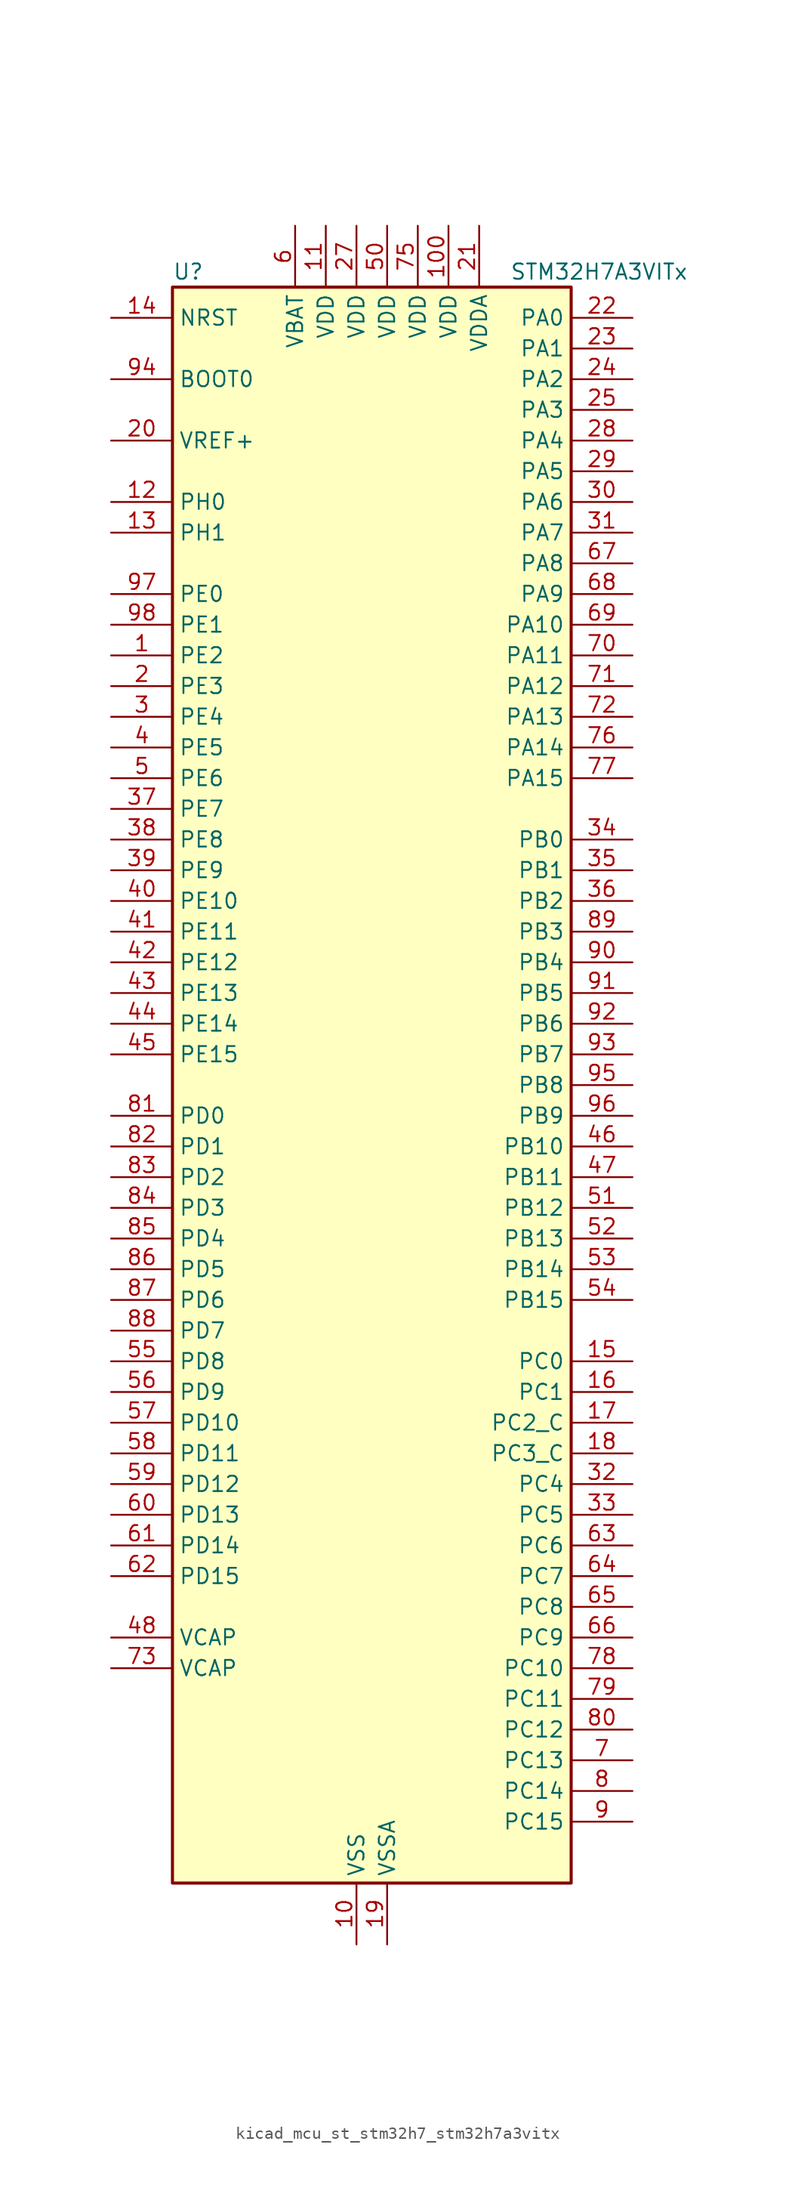
<source format=kicad_sym>
(kicad_symbol_lib
  (version 20220914)
  (generator kicad_symbol_editor)
  (symbol "kicad_mcu_st_stm32h7_stm32h7a3vitx"
    (property "Reference" "U"
      (at -15.24 67.31 0)
      (effects (font (size 1.27 1.27)) (justify left)))
    (property "Value" "STM32H7A3VITx"
      (at 12.7 67.31 0)
      (effects (font (size 1.27 1.27)) (justify left)))
    (property "ki_locked" ""
      (at 0 0 0)
      (effects (font (size 1.27 1.27))))
    (symbol "kicad_mcu_st_stm32h7_stm32h7a3vitx_0_1"
      (rectangle (start -15.24 -66.04) (end 17.78 66.04) (stroke (width 0.254) (type default)) (fill (type background))))
    (symbol "kicad_mcu_st_stm32h7_stm32h7a3vitx_1_1"
      (pin bidirectional line (at -20.32 35.56 0) (length 5.08) (name "PE2" (effects (font (size 1.27 1.27)))) (number "1" (effects (font (size 1.27 1.27)))) (alternate "DEBUG_TRACECLK" bidirectional line) (alternate "FMC_A23" bidirectional line) (alternate "OCTOSPIM_P1_IO2" bidirectional line) (alternate "SAI1_CK1" bidirectional line) (alternate "SAI1_MCLK_A" bidirectional line) (alternate "SPI4_SCK" bidirectional line) (alternate "USART10_RX" bidirectional line))
      (pin power_in line (at 0 -71.12 90) (length 5.08) (name "VSS" (effects (font (size 1.27 1.27)))) (number "10" (effects (font (size 1.27 1.27)))))
      (pin power_in line (at 7.62 71.12 270) (length 5.08) (name "VDD" (effects (font (size 1.27 1.27)))) (number "100" (effects (font (size 1.27 1.27)))))
      (pin power_in line (at -2.54 71.12 270) (length 5.08) (name "VDD" (effects (font (size 1.27 1.27)))) (number "11" (effects (font (size 1.27 1.27)))))
      (pin bidirectional line (at -20.32 48.26 0) (length 5.08) (name "PH0" (effects (font (size 1.27 1.27)))) (number "12" (effects (font (size 1.27 1.27)))) (alternate "RCC_OSC_IN" bidirectional line))
      (pin bidirectional line (at -20.32 45.72 0) (length 5.08) (name "PH1" (effects (font (size 1.27 1.27)))) (number "13" (effects (font (size 1.27 1.27)))) (alternate "RCC_OSC_OUT" bidirectional line))
      (pin input line (at -20.32 63.5 0) (length 5.08) (name "NRST" (effects (font (size 1.27 1.27)))) (number "14" (effects (font (size 1.27 1.27)))))
      (pin bidirectional line (at 22.86 -22.86 180) (length 5.08) (name "PC0" (effects (font (size 1.27 1.27)))) (number "15" (effects (font (size 1.27 1.27)))) (alternate "ADC1_INP10" bidirectional line) (alternate "ADC2_INP10" bidirectional line) (alternate "DFSDM1_CKIN0" bidirectional line) (alternate "DFSDM1_DATIN4" bidirectional line) (alternate "FMC_A25" bidirectional line) (alternate "FMC_SDNWE" bidirectional line) (alternate "LTDC_G2" bidirectional line) (alternate "LTDC_R5" bidirectional line) (alternate "SAI2_FS_B" bidirectional line) (alternate "USB_OTG_HS_ULPI_STP" bidirectional line))
      (pin bidirectional line (at 22.86 -25.4 180) (length 5.08) (name "PC1" (effects (font (size 1.27 1.27)))) (number "16" (effects (font (size 1.27 1.27)))) (alternate "ADC1_INN10" bidirectional line) (alternate "ADC1_INP11" bidirectional line) (alternate "ADC2_INN10" bidirectional line) (alternate "ADC2_INP11" bidirectional line) (alternate "DEBUG_TRACED0" bidirectional line) (alternate "DFSDM1_CKIN4" bidirectional line) (alternate "DFSDM1_DATIN0" bidirectional line) (alternate "I2S2_SDO" bidirectional line) (alternate "LTDC_G5" bidirectional line) (alternate "MDIOS_MDC" bidirectional line) (alternate "OCTOSPIM_P1_IO4" bidirectional line) (alternate "PWR_WKUP6" bidirectional line) (alternate "RTC_TAMP3" bidirectional line) (alternate "SAI1_D1" bidirectional line) (alternate "SAI1_SD_A" bidirectional line) (alternate "SDMMC2_CK" bidirectional line) (alternate "SPI2_MOSI" bidirectional line))
      (pin bidirectional line (at 22.86 -27.94 180) (length 5.08) (name "PC2_C" (effects (font (size 1.27 1.27)))) (number "17" (effects (font (size 1.27 1.27)))) (alternate "ADC2_INN1" bidirectional line) (alternate "ADC2_INP0" bidirectional line) (alternate "DFSDM1_CKIN1" bidirectional line) (alternate "DFSDM1_CKOUT" bidirectional line) (alternate "FMC_SDNE0" bidirectional line) (alternate "I2S2_SDI" bidirectional line) (alternate "OCTOSPIM_P1_IO2" bidirectional line) (alternate "OCTOSPIM_P1_IO5" bidirectional line) (alternate "PWR_CSTOP" bidirectional line) (alternate "SPI2_MISO" bidirectional line) (alternate "USB_OTG_HS_ULPI_DIR" bidirectional line))
      (pin bidirectional line (at 22.86 -30.48 180) (length 5.08) (name "PC3_C" (effects (font (size 1.27 1.27)))) (number "18" (effects (font (size 1.27 1.27)))) (alternate "ADC2_INP1" bidirectional line) (alternate "DFSDM1_DATIN1" bidirectional line) (alternate "FMC_SDCKE0" bidirectional line) (alternate "I2S2_SDO" bidirectional line) (alternate "OCTOSPIM_P1_IO0" bidirectional line) (alternate "OCTOSPIM_P1_IO6" bidirectional line) (alternate "PWR_CSLEEP" bidirectional line) (alternate "SPI2_MOSI" bidirectional line) (alternate "USB_OTG_HS_ULPI_NXT" bidirectional line))
      (pin power_in line (at 2.54 -71.12 90) (length 5.08) (name "VSSA" (effects (font (size 1.27 1.27)))) (number "19" (effects (font (size 1.27 1.27)))))
      (pin bidirectional line (at -20.32 33.02 0) (length 5.08) (name "PE3" (effects (font (size 1.27 1.27)))) (number "2" (effects (font (size 1.27 1.27)))) (alternate "DEBUG_TRACED0" bidirectional line) (alternate "FMC_A19" bidirectional line) (alternate "SAI1_SD_B" bidirectional line) (alternate "TIM15_BKIN" bidirectional line) (alternate "USART10_TX" bidirectional line))
      (pin input line (at -20.32 53.34 0) (length 5.08) (name "VREF+" (effects (font (size 1.27 1.27)))) (number "20" (effects (font (size 1.27 1.27)))) (alternate "VREFBUF_OUT" bidirectional line))
      (pin power_in line (at 10.16 71.12 270) (length 5.08) (name "VDDA" (effects (font (size 1.27 1.27)))) (number "21" (effects (font (size 1.27 1.27)))))
      (pin bidirectional line (at 22.86 63.5 180) (length 5.08) (name "PA0" (effects (font (size 1.27 1.27)))) (number "22" (effects (font (size 1.27 1.27)))) (alternate "ADC1_INP16" bidirectional line) (alternate "I2S6_WS" bidirectional line) (alternate "PWR_WKUP1" bidirectional line) (alternate "SAI2_SD_B" bidirectional line) (alternate "SDMMC2_CMD" bidirectional line) (alternate "SPI6_NSS" bidirectional line) (alternate "TIM15_BKIN" bidirectional line) (alternate "TIM2_CH1" bidirectional line) (alternate "TIM2_ETR" bidirectional line) (alternate "TIM5_CH1" bidirectional line) (alternate "TIM8_ETR" bidirectional line) (alternate "UART4_TX" bidirectional line) (alternate "USART2_CTS" bidirectional line) (alternate "USART2_NSS" bidirectional line))
      (pin bidirectional line (at 22.86 60.96 180) (length 5.08) (name "PA1" (effects (font (size 1.27 1.27)))) (number "23" (effects (font (size 1.27 1.27)))) (alternate "ADC1_INN16" bidirectional line) (alternate "ADC1_INP17" bidirectional line) (alternate "LPTIM3_OUT" bidirectional line) (alternate "LTDC_R2" bidirectional line) (alternate "OCTOSPIM_P1_DQS" bidirectional line) (alternate "OCTOSPIM_P1_IO3" bidirectional line) (alternate "SAI2_MCLK_B" bidirectional line) (alternate "TIM15_CH1N" bidirectional line) (alternate "TIM2_CH2" bidirectional line) (alternate "TIM5_CH2" bidirectional line) (alternate "UART4_RX" bidirectional line) (alternate "USART2_DE" bidirectional line) (alternate "USART2_RTS" bidirectional line))
      (pin bidirectional line (at 22.86 58.42 180) (length 5.08) (name "PA2" (effects (font (size 1.27 1.27)))) (number "24" (effects (font (size 1.27 1.27)))) (alternate "ADC1_INP14" bidirectional line) (alternate "DFSDM2_CKIN1" bidirectional line) (alternate "LTDC_R1" bidirectional line) (alternate "MDIOS_MDIO" bidirectional line) (alternate "PWR_WKUP2" bidirectional line) (alternate "SAI2_SCK_B" bidirectional line) (alternate "TIM15_CH1" bidirectional line) (alternate "TIM2_CH3" bidirectional line) (alternate "TIM5_CH3" bidirectional line) (alternate "USART2_TX" bidirectional line))
      (pin bidirectional line (at 22.86 55.88 180) (length 5.08) (name "PA3" (effects (font (size 1.27 1.27)))) (number "25" (effects (font (size 1.27 1.27)))) (alternate "ADC1_INP15" bidirectional line) (alternate "I2S6_MCK" bidirectional line) (alternate "LTDC_B2" bidirectional line) (alternate "LTDC_B5" bidirectional line) (alternate "OCTOSPIM_P1_CLK" bidirectional line) (alternate "TIM15_CH2" bidirectional line) (alternate "TIM2_CH4" bidirectional line) (alternate "TIM5_CH4" bidirectional line) (alternate "USART2_RX" bidirectional line) (alternate "USB_OTG_HS_ULPI_D0" bidirectional line))
      (pin passive line (at 0 -71.12 90) (length 5.08) hide (name "VSS" (effects (font (size 1.27 1.27)))) (number "26" (effects (font (size 1.27 1.27)))))
      (pin power_in line (at 0 71.12 270) (length 5.08) (name "VDD" (effects (font (size 1.27 1.27)))) (number "27" (effects (font (size 1.27 1.27)))))
      (pin bidirectional line (at 22.86 53.34 180) (length 5.08) (name "PA4" (effects (font (size 1.27 1.27)))) (number "28" (effects (font (size 1.27 1.27)))) (alternate "ADC1_INP18" bidirectional line) (alternate "DAC1_OUT1" bidirectional line) (alternate "DCMI_HSYNC" bidirectional line) (alternate "I2S1_WS" bidirectional line) (alternate "I2S3_WS" bidirectional line) (alternate "I2S6_WS" bidirectional line) (alternate "LTDC_VSYNC" bidirectional line) (alternate "PSSI_DE" bidirectional line) (alternate "SPI1_NSS" bidirectional line) (alternate "SPI3_NSS" bidirectional line) (alternate "SPI6_NSS" bidirectional line) (alternate "TIM5_ETR" bidirectional line) (alternate "USART2_CK" bidirectional line))
      (pin bidirectional line (at 22.86 50.8 180) (length 5.08) (name "PA5" (effects (font (size 1.27 1.27)))) (number "29" (effects (font (size 1.27 1.27)))) (alternate "ADC1_INN18" bidirectional line) (alternate "ADC1_INP19" bidirectional line) (alternate "DAC1_OUT2" bidirectional line) (alternate "I2S1_CK" bidirectional line) (alternate "I2S6_CK" bidirectional line) (alternate "LTDC_R4" bidirectional line) (alternate "PSSI_D14" bidirectional line) (alternate "PWR_NDSTOP2" bidirectional line) (alternate "SPI1_SCK" bidirectional line) (alternate "SPI6_SCK" bidirectional line) (alternate "TIM2_CH1" bidirectional line) (alternate "TIM2_ETR" bidirectional line) (alternate "TIM8_CH1N" bidirectional line) (alternate "USB_OTG_HS_ULPI_CK" bidirectional line))
      (pin bidirectional line (at -20.32 30.48 0) (length 5.08) (name "PE4" (effects (font (size 1.27 1.27)))) (number "3" (effects (font (size 1.27 1.27)))) (alternate "DCMI_D4" bidirectional line) (alternate "DEBUG_TRACED1" bidirectional line) (alternate "DFSDM1_DATIN3" bidirectional line) (alternate "FMC_A20" bidirectional line) (alternate "LTDC_B0" bidirectional line) (alternate "PSSI_D4" bidirectional line) (alternate "SAI1_D2" bidirectional line) (alternate "SAI1_FS_A" bidirectional line) (alternate "SPI4_NSS" bidirectional line) (alternate "TIM15_CH1N" bidirectional line))
      (pin bidirectional line (at 22.86 48.26 180) (length 5.08) (name "PA6" (effects (font (size 1.27 1.27)))) (number "30" (effects (font (size 1.27 1.27)))) (alternate "ADC1_INP3" bidirectional line) (alternate "ADC2_INP3" bidirectional line) (alternate "DAC2_OUT1" bidirectional line) (alternate "DCMI_PIXCLK" bidirectional line) (alternate "I2S1_SDI" bidirectional line) (alternate "I2S6_SDI" bidirectional line) (alternate "LTDC_G2" bidirectional line) (alternate "MDIOS_MDC" bidirectional line) (alternate "OCTOSPIM_P1_IO3" bidirectional line) (alternate "PSSI_PDCK" bidirectional line) (alternate "SPI1_MISO" bidirectional line) (alternate "SPI6_MISO" bidirectional line) (alternate "TIM13_CH1" bidirectional line) (alternate "TIM1_BKIN" bidirectional line) (alternate "TIM1_BKIN_COMP1" bidirectional line) (alternate "TIM1_BKIN_COMP2" bidirectional line) (alternate "TIM3_CH1" bidirectional line) (alternate "TIM8_BKIN" bidirectional line) (alternate "TIM8_BKIN_COMP1" bidirectional line) (alternate "TIM8_BKIN_COMP2" bidirectional line))
      (pin bidirectional line (at 22.86 45.72 180) (length 5.08) (name "PA7" (effects (font (size 1.27 1.27)))) (number "31" (effects (font (size 1.27 1.27)))) (alternate "ADC1_INN3" bidirectional line) (alternate "ADC1_INP7" bidirectional line) (alternate "ADC2_INN3" bidirectional line) (alternate "ADC2_INP7" bidirectional line) (alternate "DFSDM2_DATIN1" bidirectional line) (alternate "FMC_SDNWE" bidirectional line) (alternate "I2S1_SDO" bidirectional line) (alternate "I2S6_SDO" bidirectional line) (alternate "LTDC_VSYNC" bidirectional line) (alternate "OCTOSPIM_P1_IO2" bidirectional line) (alternate "OPAMP1_VINM" bidirectional line) (alternate "SPI1_MOSI" bidirectional line) (alternate "SPI6_MOSI" bidirectional line) (alternate "TIM14_CH1" bidirectional line) (alternate "TIM1_CH1N" bidirectional line) (alternate "TIM3_CH2" bidirectional line) (alternate "TIM8_CH1N" bidirectional line))
      (pin bidirectional line (at 22.86 -33.02 180) (length 5.08) (name "PC4" (effects (font (size 1.27 1.27)))) (number "32" (effects (font (size 1.27 1.27)))) (alternate "ADC1_INP4" bidirectional line) (alternate "ADC2_INP4" bidirectional line) (alternate "COMP1_INM" bidirectional line) (alternate "DFSDM1_CKIN2" bidirectional line) (alternate "FMC_SDNE0" bidirectional line) (alternate "I2S1_MCK" bidirectional line) (alternate "LTDC_R7" bidirectional line) (alternate "OPAMP1_VOUT" bidirectional line) (alternate "SPDIFRX_IN2" bidirectional line))
      (pin bidirectional line (at 22.86 -35.56 180) (length 5.08) (name "PC5" (effects (font (size 1.27 1.27)))) (number "33" (effects (font (size 1.27 1.27)))) (alternate "ADC1_INN4" bidirectional line) (alternate "ADC1_INP8" bidirectional line) (alternate "ADC2_INN4" bidirectional line) (alternate "ADC2_INP8" bidirectional line) (alternate "COMP1_OUT" bidirectional line) (alternate "DFSDM1_DATIN2" bidirectional line) (alternate "FMC_SDCKE0" bidirectional line) (alternate "LTDC_DE" bidirectional line) (alternate "OCTOSPIM_P1_DQS" bidirectional line) (alternate "OPAMP1_VINM" bidirectional line) (alternate "PSSI_D15" bidirectional line) (alternate "SAI1_D3" bidirectional line) (alternate "SPDIFRX_IN3" bidirectional line))
      (pin bidirectional line (at 22.86 20.32 180) (length 5.08) (name "PB0" (effects (font (size 1.27 1.27)))) (number "34" (effects (font (size 1.27 1.27)))) (alternate "ADC1_INN5" bidirectional line) (alternate "ADC1_INP9" bidirectional line) (alternate "ADC2_INN5" bidirectional line) (alternate "ADC2_INP9" bidirectional line) (alternate "COMP1_INP" bidirectional line) (alternate "DFSDM1_CKOUT" bidirectional line) (alternate "DFSDM2_CKOUT" bidirectional line) (alternate "LTDC_G1" bidirectional line) (alternate "LTDC_R3" bidirectional line) (alternate "OCTOSPIM_P1_IO1" bidirectional line) (alternate "OPAMP1_VINP" bidirectional line) (alternate "TIM1_CH2N" bidirectional line) (alternate "TIM3_CH3" bidirectional line) (alternate "TIM8_CH2N" bidirectional line) (alternate "UART4_CTS" bidirectional line) (alternate "USB_OTG_HS_ULPI_D1" bidirectional line))
      (pin bidirectional line (at 22.86 17.78 180) (length 5.08) (name "PB1" (effects (font (size 1.27 1.27)))) (number "35" (effects (font (size 1.27 1.27)))) (alternate "ADC1_INP5" bidirectional line) (alternate "ADC2_INP5" bidirectional line) (alternate "COMP1_INM" bidirectional line) (alternate "DFSDM1_DATIN1" bidirectional line) (alternate "LTDC_G0" bidirectional line) (alternate "LTDC_R6" bidirectional line) (alternate "OCTOSPIM_P1_IO0" bidirectional line) (alternate "TIM1_CH3N" bidirectional line) (alternate "TIM3_CH4" bidirectional line) (alternate "TIM8_CH3N" bidirectional line) (alternate "USB_OTG_HS_ULPI_D2" bidirectional line))
      (pin bidirectional line (at 22.86 15.24 180) (length 5.08) (name "PB2" (effects (font (size 1.27 1.27)))) (number "36" (effects (font (size 1.27 1.27)))) (alternate "COMP1_INP" bidirectional line) (alternate "DFSDM1_CKIN1" bidirectional line) (alternate "I2S3_SDO" bidirectional line) (alternate "OCTOSPIM_P1_CLK" bidirectional line) (alternate "OCTOSPIM_P1_DQS" bidirectional line) (alternate "RTC_OUT_ALARM" bidirectional line) (alternate "RTC_OUT_CALIB" bidirectional line) (alternate "SAI1_D1" bidirectional line) (alternate "SAI1_SD_A" bidirectional line) (alternate "SPI3_MOSI" bidirectional line))
      (pin bidirectional line (at -20.32 22.86 0) (length 5.08) (name "PE7" (effects (font (size 1.27 1.27)))) (number "37" (effects (font (size 1.27 1.27)))) (alternate "COMP2_INM" bidirectional line) (alternate "DFSDM1_DATIN2" bidirectional line) (alternate "FMC_D4" bidirectional line) (alternate "FMC_DA4" bidirectional line) (alternate "OCTOSPIM_P1_IO4" bidirectional line) (alternate "OPAMP2_VOUT" bidirectional line) (alternate "TIM1_ETR" bidirectional line) (alternate "UART7_RX" bidirectional line))
      (pin bidirectional line (at -20.32 20.32 0) (length 5.08) (name "PE8" (effects (font (size 1.27 1.27)))) (number "38" (effects (font (size 1.27 1.27)))) (alternate "COMP2_OUT" bidirectional line) (alternate "DFSDM1_CKIN2" bidirectional line) (alternate "FMC_D5" bidirectional line) (alternate "FMC_DA5" bidirectional line) (alternate "OCTOSPIM_P1_IO5" bidirectional line) (alternate "OPAMP2_VINM" bidirectional line) (alternate "TIM1_CH1N" bidirectional line) (alternate "UART7_TX" bidirectional line))
      (pin bidirectional line (at -20.32 17.78 0) (length 5.08) (name "PE9" (effects (font (size 1.27 1.27)))) (number "39" (effects (font (size 1.27 1.27)))) (alternate "COMP2_INP" bidirectional line) (alternate "DAC1_EXTI9" bidirectional line) (alternate "DFSDM1_CKOUT" bidirectional line) (alternate "FMC_D6" bidirectional line) (alternate "FMC_DA6" bidirectional line) (alternate "OCTOSPIM_P1_IO6" bidirectional line) (alternate "OPAMP2_VINP" bidirectional line) (alternate "TIM1_CH1" bidirectional line) (alternate "UART7_DE" bidirectional line) (alternate "UART7_RTS" bidirectional line))
      (pin bidirectional line (at -20.32 27.94 0) (length 5.08) (name "PE5" (effects (font (size 1.27 1.27)))) (number "4" (effects (font (size 1.27 1.27)))) (alternate "DCMI_D6" bidirectional line) (alternate "DEBUG_TRACED2" bidirectional line) (alternate "DFSDM1_CKIN3" bidirectional line) (alternate "FMC_A21" bidirectional line) (alternate "LTDC_G0" bidirectional line) (alternate "PSSI_D6" bidirectional line) (alternate "SAI1_CK2" bidirectional line) (alternate "SAI1_SCK_A" bidirectional line) (alternate "SPI4_MISO" bidirectional line) (alternate "TIM15_CH1" bidirectional line))
      (pin bidirectional line (at -20.32 15.24 0) (length 5.08) (name "PE10" (effects (font (size 1.27 1.27)))) (number "40" (effects (font (size 1.27 1.27)))) (alternate "COMP2_INM" bidirectional line) (alternate "DFSDM1_DATIN4" bidirectional line) (alternate "FMC_D7" bidirectional line) (alternate "FMC_DA7" bidirectional line) (alternate "OCTOSPIM_P1_IO7" bidirectional line) (alternate "TIM1_CH2N" bidirectional line) (alternate "UART7_CTS" bidirectional line))
      (pin bidirectional line (at -20.32 12.7 0) (length 5.08) (name "PE11" (effects (font (size 1.27 1.27)))) (number "41" (effects (font (size 1.27 1.27)))) (alternate "ADC1_EXTI11" bidirectional line) (alternate "ADC2_EXTI11" bidirectional line) (alternate "COMP2_INP" bidirectional line) (alternate "DFSDM1_CKIN4" bidirectional line) (alternate "FMC_D8" bidirectional line) (alternate "FMC_DA8" bidirectional line) (alternate "LTDC_G3" bidirectional line) (alternate "OCTOSPIM_P1_NCS" bidirectional line) (alternate "SAI2_SD_B" bidirectional line) (alternate "SPI4_NSS" bidirectional line) (alternate "TIM1_CH2" bidirectional line))
      (pin bidirectional line (at -20.32 10.16 0) (length 5.08) (name "PE12" (effects (font (size 1.27 1.27)))) (number "42" (effects (font (size 1.27 1.27)))) (alternate "COMP1_OUT" bidirectional line) (alternate "DFSDM1_DATIN5" bidirectional line) (alternate "FMC_D9" bidirectional line) (alternate "FMC_DA9" bidirectional line) (alternate "LTDC_B4" bidirectional line) (alternate "SAI2_SCK_B" bidirectional line) (alternate "SPI4_SCK" bidirectional line) (alternate "TIM1_CH3N" bidirectional line))
      (pin bidirectional line (at -20.32 7.62 0) (length 5.08) (name "PE13" (effects (font (size 1.27 1.27)))) (number "43" (effects (font (size 1.27 1.27)))) (alternate "COMP2_OUT" bidirectional line) (alternate "DFSDM1_CKIN5" bidirectional line) (alternate "FMC_D10" bidirectional line) (alternate "FMC_DA10" bidirectional line) (alternate "LTDC_DE" bidirectional line) (alternate "SAI2_FS_B" bidirectional line) (alternate "SPI4_MISO" bidirectional line) (alternate "TIM1_CH3" bidirectional line))
      (pin bidirectional line (at -20.32 5.08 0) (length 5.08) (name "PE14" (effects (font (size 1.27 1.27)))) (number "44" (effects (font (size 1.27 1.27)))) (alternate "FMC_D11" bidirectional line) (alternate "FMC_DA11" bidirectional line) (alternate "LTDC_CLK" bidirectional line) (alternate "SAI2_MCLK_B" bidirectional line) (alternate "SPI4_MOSI" bidirectional line) (alternate "TIM1_CH4" bidirectional line))
      (pin bidirectional line (at -20.32 2.54 0) (length 5.08) (name "PE15" (effects (font (size 1.27 1.27)))) (number "45" (effects (font (size 1.27 1.27)))) (alternate "ADC1_EXTI15" bidirectional line) (alternate "ADC2_EXTI15" bidirectional line) (alternate "FMC_D12" bidirectional line) (alternate "FMC_DA12" bidirectional line) (alternate "LTDC_R7" bidirectional line) (alternate "TIM1_BKIN" bidirectional line) (alternate "TIM1_BKIN_COMP1" bidirectional line) (alternate "TIM1_BKIN_COMP2" bidirectional line) (alternate "USART10_CK" bidirectional line))
      (pin bidirectional line (at 22.86 -5.08 180) (length 5.08) (name "PB10" (effects (font (size 1.27 1.27)))) (number "46" (effects (font (size 1.27 1.27)))) (alternate "DFSDM1_DATIN7" bidirectional line) (alternate "I2C2_SCL" bidirectional line) (alternate "I2S2_CK" bidirectional line) (alternate "LPTIM2_IN1" bidirectional line) (alternate "LTDC_G4" bidirectional line) (alternate "OCTOSPIM_P1_NCS" bidirectional line) (alternate "SPI2_SCK" bidirectional line) (alternate "TIM2_CH3" bidirectional line) (alternate "USART3_TX" bidirectional line) (alternate "USB_OTG_HS_ULPI_D3" bidirectional line))
      (pin bidirectional line (at 22.86 -7.62 180) (length 5.08) (name "PB11" (effects (font (size 1.27 1.27)))) (number "47" (effects (font (size 1.27 1.27)))) (alternate "ADC1_EXTI11" bidirectional line) (alternate "ADC2_EXTI11" bidirectional line) (alternate "DFSDM1_CKIN7" bidirectional line) (alternate "I2C2_SDA" bidirectional line) (alternate "LPTIM2_ETR" bidirectional line) (alternate "LTDC_G5" bidirectional line) (alternate "TIM2_CH4" bidirectional line) (alternate "USART3_RX" bidirectional line) (alternate "USB_OTG_HS_ULPI_D4" bidirectional line))
      (pin power_out line (at -20.32 -45.72 0) (length 5.08) (name "VCAP" (effects (font (size 1.27 1.27)))) (number "48" (effects (font (size 1.27 1.27)))))
      (pin passive line (at 0 -71.12 90) (length 5.08) hide (name "VSS" (effects (font (size 1.27 1.27)))) (number "49" (effects (font (size 1.27 1.27)))))
      (pin bidirectional line (at -20.32 25.4 0) (length 5.08) (name "PE6" (effects (font (size 1.27 1.27)))) (number "5" (effects (font (size 1.27 1.27)))) (alternate "DCMI_D7" bidirectional line) (alternate "DEBUG_TRACED3" bidirectional line) (alternate "FMC_A22" bidirectional line) (alternate "LTDC_G1" bidirectional line) (alternate "PSSI_D7" bidirectional line) (alternate "SAI1_D1" bidirectional line) (alternate "SAI1_SD_A" bidirectional line) (alternate "SAI2_MCLK_B" bidirectional line) (alternate "SPI4_MOSI" bidirectional line) (alternate "TIM15_CH2" bidirectional line) (alternate "TIM1_BKIN2" bidirectional line) (alternate "TIM1_BKIN2_COMP1" bidirectional line) (alternate "TIM1_BKIN2_COMP2" bidirectional line))
      (pin power_in line (at 2.54 71.12 270) (length 5.08) (name "VDD" (effects (font (size 1.27 1.27)))) (number "50" (effects (font (size 1.27 1.27)))))
      (pin bidirectional line (at 22.86 -10.16 180) (length 5.08) (name "PB12" (effects (font (size 1.27 1.27)))) (number "51" (effects (font (size 1.27 1.27)))) (alternate "DFSDM1_DATIN1" bidirectional line) (alternate "DFSDM2_DATIN1" bidirectional line) (alternate "FDCAN2_RX" bidirectional line) (alternate "I2C2_SMBA" bidirectional line) (alternate "I2S2_WS" bidirectional line) (alternate "OCTOSPIM_P1_NCLK" bidirectional line) (alternate "SPI2_NSS" bidirectional line) (alternate "TIM1_BKIN" bidirectional line) (alternate "TIM1_BKIN_COMP1" bidirectional line) (alternate "TIM1_BKIN_COMP2" bidirectional line) (alternate "UART5_RX" bidirectional line) (alternate "USART3_CK" bidirectional line) (alternate "USB_OTG_HS_ULPI_D5" bidirectional line))
      (pin bidirectional line (at 22.86 -12.7 180) (length 5.08) (name "PB13" (effects (font (size 1.27 1.27)))) (number "52" (effects (font (size 1.27 1.27)))) (alternate "DCMI_D2" bidirectional line) (alternate "DFSDM1_CKIN1" bidirectional line) (alternate "DFSDM2_CKIN1" bidirectional line) (alternate "FDCAN2_TX" bidirectional line) (alternate "I2S2_CK" bidirectional line) (alternate "LPTIM2_OUT" bidirectional line) (alternate "PSSI_D2" bidirectional line) (alternate "SDMMC1_D0" bidirectional line) (alternate "SPI2_SCK" bidirectional line) (alternate "TIM1_CH1N" bidirectional line) (alternate "UART5_TX" bidirectional line) (alternate "USART3_CTS" bidirectional line) (alternate "USART3_NSS" bidirectional line) (alternate "USB_OTG_HS_ULPI_D6" bidirectional line))
      (pin bidirectional line (at 22.86 -15.24 180) (length 5.08) (name "PB14" (effects (font (size 1.27 1.27)))) (number "53" (effects (font (size 1.27 1.27)))) (alternate "DFSDM1_DATIN2" bidirectional line) (alternate "I2S2_SDI" bidirectional line) (alternate "LTDC_CLK" bidirectional line) (alternate "SDMMC2_D0" bidirectional line) (alternate "SPI2_MISO" bidirectional line) (alternate "TIM12_CH1" bidirectional line) (alternate "TIM1_CH2N" bidirectional line) (alternate "TIM8_CH2N" bidirectional line) (alternate "UART4_DE" bidirectional line) (alternate "UART4_RTS" bidirectional line) (alternate "USART1_TX" bidirectional line) (alternate "USART3_DE" bidirectional line) (alternate "USART3_RTS" bidirectional line))
      (pin bidirectional line (at 22.86 -17.78 180) (length 5.08) (name "PB15" (effects (font (size 1.27 1.27)))) (number "54" (effects (font (size 1.27 1.27)))) (alternate "ADC1_EXTI15" bidirectional line) (alternate "ADC2_EXTI15" bidirectional line) (alternate "DFSDM1_CKIN2" bidirectional line) (alternate "I2S2_SDO" bidirectional line) (alternate "LTDC_G7" bidirectional line) (alternate "RTC_REFIN" bidirectional line) (alternate "SDMMC2_D1" bidirectional line) (alternate "SPI2_MOSI" bidirectional line) (alternate "TIM12_CH2" bidirectional line) (alternate "TIM1_CH3N" bidirectional line) (alternate "TIM8_CH3N" bidirectional line) (alternate "UART4_CTS" bidirectional line) (alternate "USART1_RX" bidirectional line))
      (pin bidirectional line (at -20.32 -22.86 0) (length 5.08) (name "PD8" (effects (font (size 1.27 1.27)))) (number "55" (effects (font (size 1.27 1.27)))) (alternate "DFSDM1_CKIN3" bidirectional line) (alternate "FMC_D13" bidirectional line) (alternate "FMC_DA13" bidirectional line) (alternate "SPDIFRX_IN1" bidirectional line) (alternate "USART3_TX" bidirectional line))
      (pin bidirectional line (at -20.32 -25.4 0) (length 5.08) (name "PD9" (effects (font (size 1.27 1.27)))) (number "56" (effects (font (size 1.27 1.27)))) (alternate "DAC1_EXTI9" bidirectional line) (alternate "DFSDM1_DATIN3" bidirectional line) (alternate "FMC_D14" bidirectional line) (alternate "FMC_DA14" bidirectional line) (alternate "USART3_RX" bidirectional line))
      (pin bidirectional line (at -20.32 -27.94 0) (length 5.08) (name "PD10" (effects (font (size 1.27 1.27)))) (number "57" (effects (font (size 1.27 1.27)))) (alternate "DFSDM1_CKOUT" bidirectional line) (alternate "DFSDM2_CKOUT" bidirectional line) (alternate "FMC_D15" bidirectional line) (alternate "FMC_DA15" bidirectional line) (alternate "LTDC_B3" bidirectional line) (alternate "USART3_CK" bidirectional line))
      (pin bidirectional line (at -20.32 -30.48 0) (length 5.08) (name "PD11" (effects (font (size 1.27 1.27)))) (number "58" (effects (font (size 1.27 1.27)))) (alternate "ADC1_EXTI11" bidirectional line) (alternate "ADC2_EXTI11" bidirectional line) (alternate "FMC_A16" bidirectional line) (alternate "FMC_CLE" bidirectional line) (alternate "I2C4_SMBA" bidirectional line) (alternate "LPTIM2_IN2" bidirectional line) (alternate "OCTOSPIM_P1_IO0" bidirectional line) (alternate "SAI2_SD_A" bidirectional line) (alternate "USART3_CTS" bidirectional line) (alternate "USART3_NSS" bidirectional line))
      (pin bidirectional line (at -20.32 -33.02 0) (length 5.08) (name "PD12" (effects (font (size 1.27 1.27)))) (number "59" (effects (font (size 1.27 1.27)))) (alternate "DCMI_D12" bidirectional line) (alternate "FMC_A17" bidirectional line) (alternate "FMC_ALE" bidirectional line) (alternate "I2C4_SCL" bidirectional line) (alternate "LPTIM1_IN1" bidirectional line) (alternate "LPTIM2_IN1" bidirectional line) (alternate "OCTOSPIM_P1_IO1" bidirectional line) (alternate "PSSI_D12" bidirectional line) (alternate "SAI2_FS_A" bidirectional line) (alternate "TIM4_CH1" bidirectional line) (alternate "USART3_DE" bidirectional line) (alternate "USART3_RTS" bidirectional line))
      (pin power_in line (at -5.08 71.12 270) (length 5.08) (name "VBAT" (effects (font (size 1.27 1.27)))) (number "6" (effects (font (size 1.27 1.27)))))
      (pin bidirectional line (at -20.32 -35.56 0) (length 5.08) (name "PD13" (effects (font (size 1.27 1.27)))) (number "60" (effects (font (size 1.27 1.27)))) (alternate "DCMI_D13" bidirectional line) (alternate "FMC_A18" bidirectional line) (alternate "I2C4_SDA" bidirectional line) (alternate "LPTIM1_OUT" bidirectional line) (alternate "OCTOSPIM_P1_IO3" bidirectional line) (alternate "PSSI_D13" bidirectional line) (alternate "SAI2_SCK_A" bidirectional line) (alternate "TIM4_CH2" bidirectional line) (alternate "UART9_DE" bidirectional line) (alternate "UART9_RTS" bidirectional line))
      (pin bidirectional line (at -20.32 -38.1 0) (length 5.08) (name "PD14" (effects (font (size 1.27 1.27)))) (number "61" (effects (font (size 1.27 1.27)))) (alternate "FMC_D0" bidirectional line) (alternate "FMC_DA0" bidirectional line) (alternate "TIM4_CH3" bidirectional line) (alternate "UART8_CTS" bidirectional line) (alternate "UART9_RX" bidirectional line))
      (pin bidirectional line (at -20.32 -40.64 0) (length 5.08) (name "PD15" (effects (font (size 1.27 1.27)))) (number "62" (effects (font (size 1.27 1.27)))) (alternate "ADC1_EXTI15" bidirectional line) (alternate "ADC2_EXTI15" bidirectional line) (alternate "FMC_D1" bidirectional line) (alternate "FMC_DA1" bidirectional line) (alternate "TIM4_CH4" bidirectional line) (alternate "UART8_DE" bidirectional line) (alternate "UART8_RTS" bidirectional line) (alternate "UART9_TX" bidirectional line))
      (pin bidirectional line (at 22.86 -38.1 180) (length 5.08) (name "PC6" (effects (font (size 1.27 1.27)))) (number "63" (effects (font (size 1.27 1.27)))) (alternate "DCMI_D0" bidirectional line) (alternate "DFSDM1_CKIN3" bidirectional line) (alternate "FMC_NWAIT" bidirectional line) (alternate "I2S2_MCK" bidirectional line) (alternate "LTDC_HSYNC" bidirectional line) (alternate "PSSI_D0" bidirectional line) (alternate "SDMMC1_D0DIR" bidirectional line) (alternate "SDMMC1_D6" bidirectional line) (alternate "SDMMC2_D6" bidirectional line) (alternate "SWPMI1_IO" bidirectional line) (alternate "TIM3_CH1" bidirectional line) (alternate "TIM8_CH1" bidirectional line) (alternate "USART6_TX" bidirectional line))
      (pin bidirectional line (at 22.86 -40.64 180) (length 5.08) (name "PC7" (effects (font (size 1.27 1.27)))) (number "64" (effects (font (size 1.27 1.27)))) (alternate "DCMI_D1" bidirectional line) (alternate "DEBUG_TRGIO" bidirectional line) (alternate "DFSDM1_DATIN3" bidirectional line) (alternate "FMC_NE1" bidirectional line) (alternate "I2S3_MCK" bidirectional line) (alternate "LTDC_G6" bidirectional line) (alternate "PSSI_D1" bidirectional line) (alternate "SDMMC1_D123DIR" bidirectional line) (alternate "SDMMC1_D7" bidirectional line) (alternate "SDMMC2_D7" bidirectional line) (alternate "SWPMI1_TX" bidirectional line) (alternate "TIM3_CH2" bidirectional line) (alternate "TIM8_CH2" bidirectional line) (alternate "USART6_RX" bidirectional line))
      (pin bidirectional line (at 22.86 -43.18 180) (length 5.08) (name "PC8" (effects (font (size 1.27 1.27)))) (number "65" (effects (font (size 1.27 1.27)))) (alternate "DCMI_D2" bidirectional line) (alternate "DEBUG_TRACED1" bidirectional line) (alternate "FMC_INT" bidirectional line) (alternate "FMC_NCE" bidirectional line) (alternate "FMC_NE2" bidirectional line) (alternate "PSSI_D2" bidirectional line) (alternate "SDMMC1_D0" bidirectional line) (alternate "SWPMI1_RX" bidirectional line) (alternate "TIM3_CH3" bidirectional line) (alternate "TIM8_CH3" bidirectional line) (alternate "UART5_DE" bidirectional line) (alternate "UART5_RTS" bidirectional line) (alternate "USART6_CK" bidirectional line))
      (pin bidirectional line (at 22.86 -45.72 180) (length 5.08) (name "PC9" (effects (font (size 1.27 1.27)))) (number "66" (effects (font (size 1.27 1.27)))) (alternate "DAC1_EXTI9" bidirectional line) (alternate "DCMI_D3" bidirectional line) (alternate "I2C3_SDA" bidirectional line) (alternate "I2S_CKIN" bidirectional line) (alternate "LTDC_B2" bidirectional line) (alternate "LTDC_G3" bidirectional line) (alternate "OCTOSPIM_P1_IO0" bidirectional line) (alternate "PSSI_D3" bidirectional line) (alternate "RCC_MCO_2" bidirectional line) (alternate "SDMMC1_D1" bidirectional line) (alternate "SWPMI1_SUSPEND" bidirectional line) (alternate "TIM3_CH4" bidirectional line) (alternate "TIM8_CH4" bidirectional line) (alternate "UART5_CTS" bidirectional line))
      (pin bidirectional line (at 22.86 43.18 180) (length 5.08) (name "PA8" (effects (font (size 1.27 1.27)))) (number "67" (effects (font (size 1.27 1.27)))) (alternate "I2C3_SCL" bidirectional line) (alternate "LTDC_B3" bidirectional line) (alternate "LTDC_R6" bidirectional line) (alternate "RCC_MCO_1" bidirectional line) (alternate "TIM1_CH1" bidirectional line) (alternate "TIM8_BKIN2" bidirectional line) (alternate "TIM8_BKIN2_COMP1" bidirectional line) (alternate "TIM8_BKIN2_COMP2" bidirectional line) (alternate "UART7_RX" bidirectional line) (alternate "USART1_CK" bidirectional line) (alternate "USB_OTG_HS_SOF" bidirectional line))
      (pin bidirectional line (at 22.86 40.64 180) (length 5.08) (name "PA9" (effects (font (size 1.27 1.27)))) (number "68" (effects (font (size 1.27 1.27)))) (alternate "DAC1_EXTI9" bidirectional line) (alternate "DCMI_D0" bidirectional line) (alternate "I2C3_SMBA" bidirectional line) (alternate "I2S2_CK" bidirectional line) (alternate "LPUART1_TX" bidirectional line) (alternate "LTDC_R5" bidirectional line) (alternate "PSSI_D0" bidirectional line) (alternate "SPI2_SCK" bidirectional line) (alternate "TIM1_CH2" bidirectional line) (alternate "USART1_TX" bidirectional line) (alternate "USB_OTG_HS_VBUS" bidirectional line))
      (pin bidirectional line (at 22.86 38.1 180) (length 5.08) (name "PA10" (effects (font (size 1.27 1.27)))) (number "69" (effects (font (size 1.27 1.27)))) (alternate "DCMI_D1" bidirectional line) (alternate "LPUART1_RX" bidirectional line) (alternate "LTDC_B1" bidirectional line) (alternate "LTDC_B4" bidirectional line) (alternate "MDIOS_MDIO" bidirectional line) (alternate "PSSI_D1" bidirectional line) (alternate "TIM1_CH3" bidirectional line) (alternate "USART1_RX" bidirectional line) (alternate "USB_OTG_HS_ID" bidirectional line))
      (pin bidirectional line (at 22.86 -55.88 180) (length 5.08) (name "PC13" (effects (font (size 1.27 1.27)))) (number "7" (effects (font (size 1.27 1.27)))) (alternate "PWR_WKUP4" bidirectional line) (alternate "RTC_OUT_ALARM" bidirectional line) (alternate "RTC_OUT_CALIB" bidirectional line) (alternate "RTC_TAMP1" bidirectional line) (alternate "RTC_TS" bidirectional line))
      (pin bidirectional line (at 22.86 35.56 180) (length 5.08) (name "PA11" (effects (font (size 1.27 1.27)))) (number "70" (effects (font (size 1.27 1.27)))) (alternate "ADC1_EXTI11" bidirectional line) (alternate "ADC2_EXTI11" bidirectional line) (alternate "FDCAN1_RX" bidirectional line) (alternate "I2S2_WS" bidirectional line) (alternate "LPUART1_CTS" bidirectional line) (alternate "LTDC_R4" bidirectional line) (alternate "SPI2_NSS" bidirectional line) (alternate "TIM1_CH4" bidirectional line) (alternate "UART4_RX" bidirectional line) (alternate "USART1_CTS" bidirectional line) (alternate "USART1_NSS" bidirectional line) (alternate "USB_OTG_HS_DM" bidirectional line))
      (pin bidirectional line (at 22.86 33.02 180) (length 5.08) (name "PA12" (effects (font (size 1.27 1.27)))) (number "71" (effects (font (size 1.27 1.27)))) (alternate "FDCAN1_TX" bidirectional line) (alternate "I2S2_CK" bidirectional line) (alternate "LPUART1_DE" bidirectional line) (alternate "LPUART1_RTS" bidirectional line) (alternate "LTDC_R5" bidirectional line) (alternate "SAI2_FS_B" bidirectional line) (alternate "SPI2_SCK" bidirectional line) (alternate "TIM1_ETR" bidirectional line) (alternate "UART4_TX" bidirectional line) (alternate "USART1_DE" bidirectional line) (alternate "USART1_RTS" bidirectional line) (alternate "USB_OTG_HS_DP" bidirectional line))
      (pin bidirectional line (at 22.86 30.48 180) (length 5.08) (name "PA13" (effects (font (size 1.27 1.27)))) (number "72" (effects (font (size 1.27 1.27)))) (alternate "DEBUG_JTMS-SWDIO" bidirectional line))
      (pin power_out line (at -20.32 -48.26 0) (length 5.08) (name "VCAP" (effects (font (size 1.27 1.27)))) (number "73" (effects (font (size 1.27 1.27)))))
      (pin passive line (at 0 -71.12 90) (length 5.08) hide (name "VSS" (effects (font (size 1.27 1.27)))) (number "74" (effects (font (size 1.27 1.27)))))
      (pin power_in line (at 5.08 71.12 270) (length 5.08) (name "VDD" (effects (font (size 1.27 1.27)))) (number "75" (effects (font (size 1.27 1.27)))))
      (pin bidirectional line (at 22.86 27.94 180) (length 5.08) (name "PA14" (effects (font (size 1.27 1.27)))) (number "76" (effects (font (size 1.27 1.27)))) (alternate "DEBUG_JTCK-SWCLK" bidirectional line))
      (pin bidirectional line (at 22.86 25.4 180) (length 5.08) (name "PA15" (effects (font (size 1.27 1.27)))) (number "77" (effects (font (size 1.27 1.27)))) (alternate "ADC1_EXTI15" bidirectional line) (alternate "ADC2_EXTI15" bidirectional line) (alternate "CEC" bidirectional line) (alternate "DEBUG_JTDI" bidirectional line) (alternate "I2S1_WS" bidirectional line) (alternate "I2S3_WS" bidirectional line) (alternate "I2S6_WS" bidirectional line) (alternate "LTDC_B6" bidirectional line) (alternate "LTDC_R3" bidirectional line) (alternate "SPI1_NSS" bidirectional line) (alternate "SPI3_NSS" bidirectional line) (alternate "SPI6_NSS" bidirectional line) (alternate "TIM2_CH1" bidirectional line) (alternate "TIM2_ETR" bidirectional line) (alternate "UART4_DE" bidirectional line) (alternate "UART4_RTS" bidirectional line) (alternate "UART7_TX" bidirectional line))
      (pin bidirectional line (at 22.86 -48.26 180) (length 5.08) (name "PC10" (effects (font (size 1.27 1.27)))) (number "78" (effects (font (size 1.27 1.27)))) (alternate "DCMI_D8" bidirectional line) (alternate "DFSDM1_CKIN5" bidirectional line) (alternate "DFSDM2_CKIN0" bidirectional line) (alternate "I2S3_CK" bidirectional line) (alternate "LTDC_B1" bidirectional line) (alternate "LTDC_R2" bidirectional line) (alternate "OCTOSPIM_P1_IO1" bidirectional line) (alternate "PSSI_D8" bidirectional line) (alternate "SDMMC1_D2" bidirectional line) (alternate "SPI3_SCK" bidirectional line) (alternate "SWPMI1_RX" bidirectional line) (alternate "UART4_TX" bidirectional line) (alternate "USART3_TX" bidirectional line))
      (pin bidirectional line (at 22.86 -50.8 180) (length 5.08) (name "PC11" (effects (font (size 1.27 1.27)))) (number "79" (effects (font (size 1.27 1.27)))) (alternate "ADC1_EXTI11" bidirectional line) (alternate "ADC2_EXTI11" bidirectional line) (alternate "DCMI_D4" bidirectional line) (alternate "DFSDM1_DATIN5" bidirectional line) (alternate "DFSDM2_DATIN0" bidirectional line) (alternate "I2S3_SDI" bidirectional line) (alternate "LTDC_B4" bidirectional line) (alternate "OCTOSPIM_P1_NCS" bidirectional line) (alternate "PSSI_D4" bidirectional line) (alternate "SDMMC1_D3" bidirectional line) (alternate "SPI3_MISO" bidirectional line) (alternate "UART4_RX" bidirectional line) (alternate "USART3_RX" bidirectional line))
      (pin bidirectional line (at 22.86 -58.42 180) (length 5.08) (name "PC14" (effects (font (size 1.27 1.27)))) (number "8" (effects (font (size 1.27 1.27)))) (alternate "RCC_OSC32_IN" bidirectional line))
      (pin bidirectional line (at 22.86 -53.34 180) (length 5.08) (name "PC12" (effects (font (size 1.27 1.27)))) (number "80" (effects (font (size 1.27 1.27)))) (alternate "DCMI_D9" bidirectional line) (alternate "DEBUG_TRACED3" bidirectional line) (alternate "DFSDM2_CKOUT" bidirectional line) (alternate "I2S3_SDO" bidirectional line) (alternate "I2S6_CK" bidirectional line) (alternate "LTDC_R6" bidirectional line) (alternate "PSSI_D9" bidirectional line) (alternate "SDMMC1_CK" bidirectional line) (alternate "SPI3_MOSI" bidirectional line) (alternate "SPI6_SCK" bidirectional line) (alternate "TIM15_CH1" bidirectional line) (alternate "UART5_TX" bidirectional line) (alternate "USART3_CK" bidirectional line))
      (pin bidirectional line (at -20.32 -2.54 0) (length 5.08) (name "PD0" (effects (font (size 1.27 1.27)))) (number "81" (effects (font (size 1.27 1.27)))) (alternate "DFSDM1_CKIN6" bidirectional line) (alternate "FDCAN1_RX" bidirectional line) (alternate "FMC_D2" bidirectional line) (alternate "FMC_DA2" bidirectional line) (alternate "LTDC_B1" bidirectional line) (alternate "UART4_RX" bidirectional line) (alternate "UART9_CTS" bidirectional line))
      (pin bidirectional line (at -20.32 -5.08 0) (length 5.08) (name "PD1" (effects (font (size 1.27 1.27)))) (number "82" (effects (font (size 1.27 1.27)))) (alternate "DFSDM1_DATIN6" bidirectional line) (alternate "FDCAN1_TX" bidirectional line) (alternate "FMC_D3" bidirectional line) (alternate "FMC_DA3" bidirectional line) (alternate "UART4_TX" bidirectional line))
      (pin bidirectional line (at -20.32 -7.62 0) (length 5.08) (name "PD2" (effects (font (size 1.27 1.27)))) (number "83" (effects (font (size 1.27 1.27)))) (alternate "DCMI_D11" bidirectional line) (alternate "DEBUG_TRACED2" bidirectional line) (alternate "LTDC_B2" bidirectional line) (alternate "LTDC_B7" bidirectional line) (alternate "PSSI_D11" bidirectional line) (alternate "SDMMC1_CMD" bidirectional line) (alternate "TIM15_BKIN" bidirectional line) (alternate "TIM3_ETR" bidirectional line) (alternate "UART5_RX" bidirectional line))
      (pin bidirectional line (at -20.32 -10.16 0) (length 5.08) (name "PD3" (effects (font (size 1.27 1.27)))) (number "84" (effects (font (size 1.27 1.27)))) (alternate "DCMI_D5" bidirectional line) (alternate "DFSDM1_CKOUT" bidirectional line) (alternate "FMC_CLK" bidirectional line) (alternate "I2S2_CK" bidirectional line) (alternate "LTDC_G7" bidirectional line) (alternate "PSSI_D5" bidirectional line) (alternate "SPI2_SCK" bidirectional line) (alternate "USART2_CTS" bidirectional line) (alternate "USART2_NSS" bidirectional line))
      (pin bidirectional line (at -20.32 -12.7 0) (length 5.08) (name "PD4" (effects (font (size 1.27 1.27)))) (number "85" (effects (font (size 1.27 1.27)))) (alternate "FMC_NOE" bidirectional line) (alternate "OCTOSPIM_P1_IO4" bidirectional line) (alternate "USART2_DE" bidirectional line) (alternate "USART2_RTS" bidirectional line))
      (pin bidirectional line (at -20.32 -15.24 0) (length 5.08) (name "PD5" (effects (font (size 1.27 1.27)))) (number "86" (effects (font (size 1.27 1.27)))) (alternate "FMC_NWE" bidirectional line) (alternate "OCTOSPIM_P1_IO5" bidirectional line) (alternate "USART2_TX" bidirectional line))
      (pin bidirectional line (at -20.32 -17.78 0) (length 5.08) (name "PD6" (effects (font (size 1.27 1.27)))) (number "87" (effects (font (size 1.27 1.27)))) (alternate "DCMI_D10" bidirectional line) (alternate "DFSDM1_CKIN4" bidirectional line) (alternate "DFSDM1_DATIN1" bidirectional line) (alternate "FMC_NWAIT" bidirectional line) (alternate "I2S3_SDO" bidirectional line) (alternate "LTDC_B2" bidirectional line) (alternate "OCTOSPIM_P1_IO6" bidirectional line) (alternate "PSSI_D10" bidirectional line) (alternate "SAI1_D1" bidirectional line) (alternate "SAI1_SD_A" bidirectional line) (alternate "SDMMC2_CK" bidirectional line) (alternate "SPI3_MOSI" bidirectional line) (alternate "USART2_RX" bidirectional line))
      (pin bidirectional line (at -20.32 -20.32 0) (length 5.08) (name "PD7" (effects (font (size 1.27 1.27)))) (number "88" (effects (font (size 1.27 1.27)))) (alternate "DFSDM1_CKIN1" bidirectional line) (alternate "DFSDM1_DATIN4" bidirectional line) (alternate "FMC_NE1" bidirectional line) (alternate "I2S1_SDO" bidirectional line) (alternate "OCTOSPIM_P1_IO7" bidirectional line) (alternate "SDMMC2_CMD" bidirectional line) (alternate "SPDIFRX_IN0" bidirectional line) (alternate "SPI1_MOSI" bidirectional line) (alternate "USART2_CK" bidirectional line))
      (pin bidirectional line (at 22.86 12.7 180) (length 5.08) (name "PB3" (effects (font (size 1.27 1.27)))) (number "89" (effects (font (size 1.27 1.27)))) (alternate "CRS_SYNC" bidirectional line) (alternate "DEBUG_JTDO-SWO" bidirectional line) (alternate "I2S1_CK" bidirectional line) (alternate "I2S3_CK" bidirectional line) (alternate "I2S6_CK" bidirectional line) (alternate "SDMMC2_D2" bidirectional line) (alternate "SPI1_SCK" bidirectional line) (alternate "SPI3_SCK" bidirectional line) (alternate "SPI6_SCK" bidirectional line) (alternate "TIM2_CH2" bidirectional line) (alternate "UART7_RX" bidirectional line))
      (pin bidirectional line (at 22.86 -60.96 180) (length 5.08) (name "PC15" (effects (font (size 1.27 1.27)))) (number "9" (effects (font (size 1.27 1.27)))) (alternate "ADC1_EXTI15" bidirectional line) (alternate "ADC2_EXTI15" bidirectional line) (alternate "RCC_OSC32_OUT" bidirectional line))
      (pin bidirectional line (at 22.86 10.16 180) (length 5.08) (name "PB4" (effects (font (size 1.27 1.27)))) (number "90" (effects (font (size 1.27 1.27)))) (alternate "DEBUG_JTRST" bidirectional line) (alternate "I2S1_SDI" bidirectional line) (alternate "I2S2_WS" bidirectional line) (alternate "I2S3_SDI" bidirectional line) (alternate "I2S6_SDI" bidirectional line) (alternate "SDMMC2_D3" bidirectional line) (alternate "SPI1_MISO" bidirectional line) (alternate "SPI2_NSS" bidirectional line) (alternate "SPI3_MISO" bidirectional line) (alternate "SPI6_MISO" bidirectional line) (alternate "TIM16_BKIN" bidirectional line) (alternate "TIM3_CH1" bidirectional line) (alternate "UART7_TX" bidirectional line))
      (pin bidirectional line (at 22.86 7.62 180) (length 5.08) (name "PB5" (effects (font (size 1.27 1.27)))) (number "91" (effects (font (size 1.27 1.27)))) (alternate "DCMI_D10" bidirectional line) (alternate "FDCAN2_RX" bidirectional line) (alternate "FMC_SDCKE1" bidirectional line) (alternate "I2C1_SMBA" bidirectional line) (alternate "I2C4_SMBA" bidirectional line) (alternate "I2S1_SDO" bidirectional line) (alternate "I2S3_SDO" bidirectional line) (alternate "I2S6_SDO" bidirectional line) (alternate "LTDC_B5" bidirectional line) (alternate "PSSI_D10" bidirectional line) (alternate "SPI1_MOSI" bidirectional line) (alternate "SPI3_MOSI" bidirectional line) (alternate "SPI6_MOSI" bidirectional line) (alternate "TIM17_BKIN" bidirectional line) (alternate "TIM3_CH2" bidirectional line) (alternate "UART5_RX" bidirectional line) (alternate "USB_OTG_HS_ULPI_D7" bidirectional line))
      (pin bidirectional line (at 22.86 5.08 180) (length 5.08) (name "PB6" (effects (font (size 1.27 1.27)))) (number "92" (effects (font (size 1.27 1.27)))) (alternate "CEC" bidirectional line) (alternate "DCMI_D5" bidirectional line) (alternate "DFSDM1_DATIN5" bidirectional line) (alternate "FDCAN2_TX" bidirectional line) (alternate "FMC_SDNE1" bidirectional line) (alternate "I2C1_SCL" bidirectional line) (alternate "I2C4_SCL" bidirectional line) (alternate "LPUART1_TX" bidirectional line) (alternate "OCTOSPIM_P1_NCS" bidirectional line) (alternate "PSSI_D5" bidirectional line) (alternate "TIM16_CH1N" bidirectional line) (alternate "TIM4_CH1" bidirectional line) (alternate "UART5_TX" bidirectional line) (alternate "USART1_TX" bidirectional line))
      (pin bidirectional line (at 22.86 2.54 180) (length 5.08) (name "PB7" (effects (font (size 1.27 1.27)))) (number "93" (effects (font (size 1.27 1.27)))) (alternate "DCMI_VSYNC" bidirectional line) (alternate "DFSDM1_CKIN5" bidirectional line) (alternate "FMC_NL" bidirectional line) (alternate "I2C1_SDA" bidirectional line) (alternate "I2C4_SDA" bidirectional line) (alternate "LPUART1_RX" bidirectional line) (alternate "PSSI_RDY" bidirectional line) (alternate "PWR_PVD_IN" bidirectional line) (alternate "TIM17_CH1N" bidirectional line) (alternate "TIM4_CH2" bidirectional line) (alternate "USART1_RX" bidirectional line))
      (pin input line (at -20.32 58.42 0) (length 5.08) (name "BOOT0" (effects (font (size 1.27 1.27)))) (number "94" (effects (font (size 1.27 1.27)))))
      (pin bidirectional line (at 22.86 0 180) (length 5.08) (name "PB8" (effects (font (size 1.27 1.27)))) (number "95" (effects (font (size 1.27 1.27)))) (alternate "DCMI_D6" bidirectional line) (alternate "DFSDM1_CKIN7" bidirectional line) (alternate "FDCAN1_RX" bidirectional line) (alternate "I2C1_SCL" bidirectional line) (alternate "I2C4_SCL" bidirectional line) (alternate "LTDC_B6" bidirectional line) (alternate "PSSI_D6" bidirectional line) (alternate "SDMMC1_CKIN" bidirectional line) (alternate "SDMMC1_D4" bidirectional line) (alternate "SDMMC2_D4" bidirectional line) (alternate "TIM16_CH1" bidirectional line) (alternate "TIM4_CH3" bidirectional line) (alternate "UART4_RX" bidirectional line))
      (pin bidirectional line (at 22.86 -2.54 180) (length 5.08) (name "PB9" (effects (font (size 1.27 1.27)))) (number "96" (effects (font (size 1.27 1.27)))) (alternate "DAC1_EXTI9" bidirectional line) (alternate "DCMI_D7" bidirectional line) (alternate "DFSDM1_DATIN7" bidirectional line) (alternate "FDCAN1_TX" bidirectional line) (alternate "I2C1_SDA" bidirectional line) (alternate "I2C4_SDA" bidirectional line) (alternate "I2C4_SMBA" bidirectional line) (alternate "I2S2_WS" bidirectional line) (alternate "LTDC_B7" bidirectional line) (alternate "PSSI_D7" bidirectional line) (alternate "SDMMC1_CDIR" bidirectional line) (alternate "SDMMC1_D5" bidirectional line) (alternate "SDMMC2_D5" bidirectional line) (alternate "SPI2_NSS" bidirectional line) (alternate "TIM17_CH1" bidirectional line) (alternate "TIM4_CH4" bidirectional line) (alternate "UART4_TX" bidirectional line))
      (pin bidirectional line (at -20.32 40.64 0) (length 5.08) (name "PE0" (effects (font (size 1.27 1.27)))) (number "97" (effects (font (size 1.27 1.27)))) (alternate "DCMI_D2" bidirectional line) (alternate "FMC_NBL0" bidirectional line) (alternate "LPTIM1_ETR" bidirectional line) (alternate "LPTIM2_ETR" bidirectional line) (alternate "LTDC_R0" bidirectional line) (alternate "PSSI_D2" bidirectional line) (alternate "SAI2_MCLK_A" bidirectional line) (alternate "TIM4_ETR" bidirectional line) (alternate "UART8_RX" bidirectional line))
      (pin bidirectional line (at -20.32 38.1 0) (length 5.08) (name "PE1" (effects (font (size 1.27 1.27)))) (number "98" (effects (font (size 1.27 1.27)))) (alternate "DCMI_D3" bidirectional line) (alternate "FMC_NBL1" bidirectional line) (alternate "LPTIM1_IN2" bidirectional line) (alternate "LTDC_R6" bidirectional line) (alternate "PSSI_D3" bidirectional line) (alternate "UART8_TX" bidirectional line))
      (pin passive line (at 0 -71.12 90) (length 5.08) hide (name "VSS" (effects (font (size 1.27 1.27)))) (number "99" (effects (font (size 1.27 1.27))))))))
</source>
